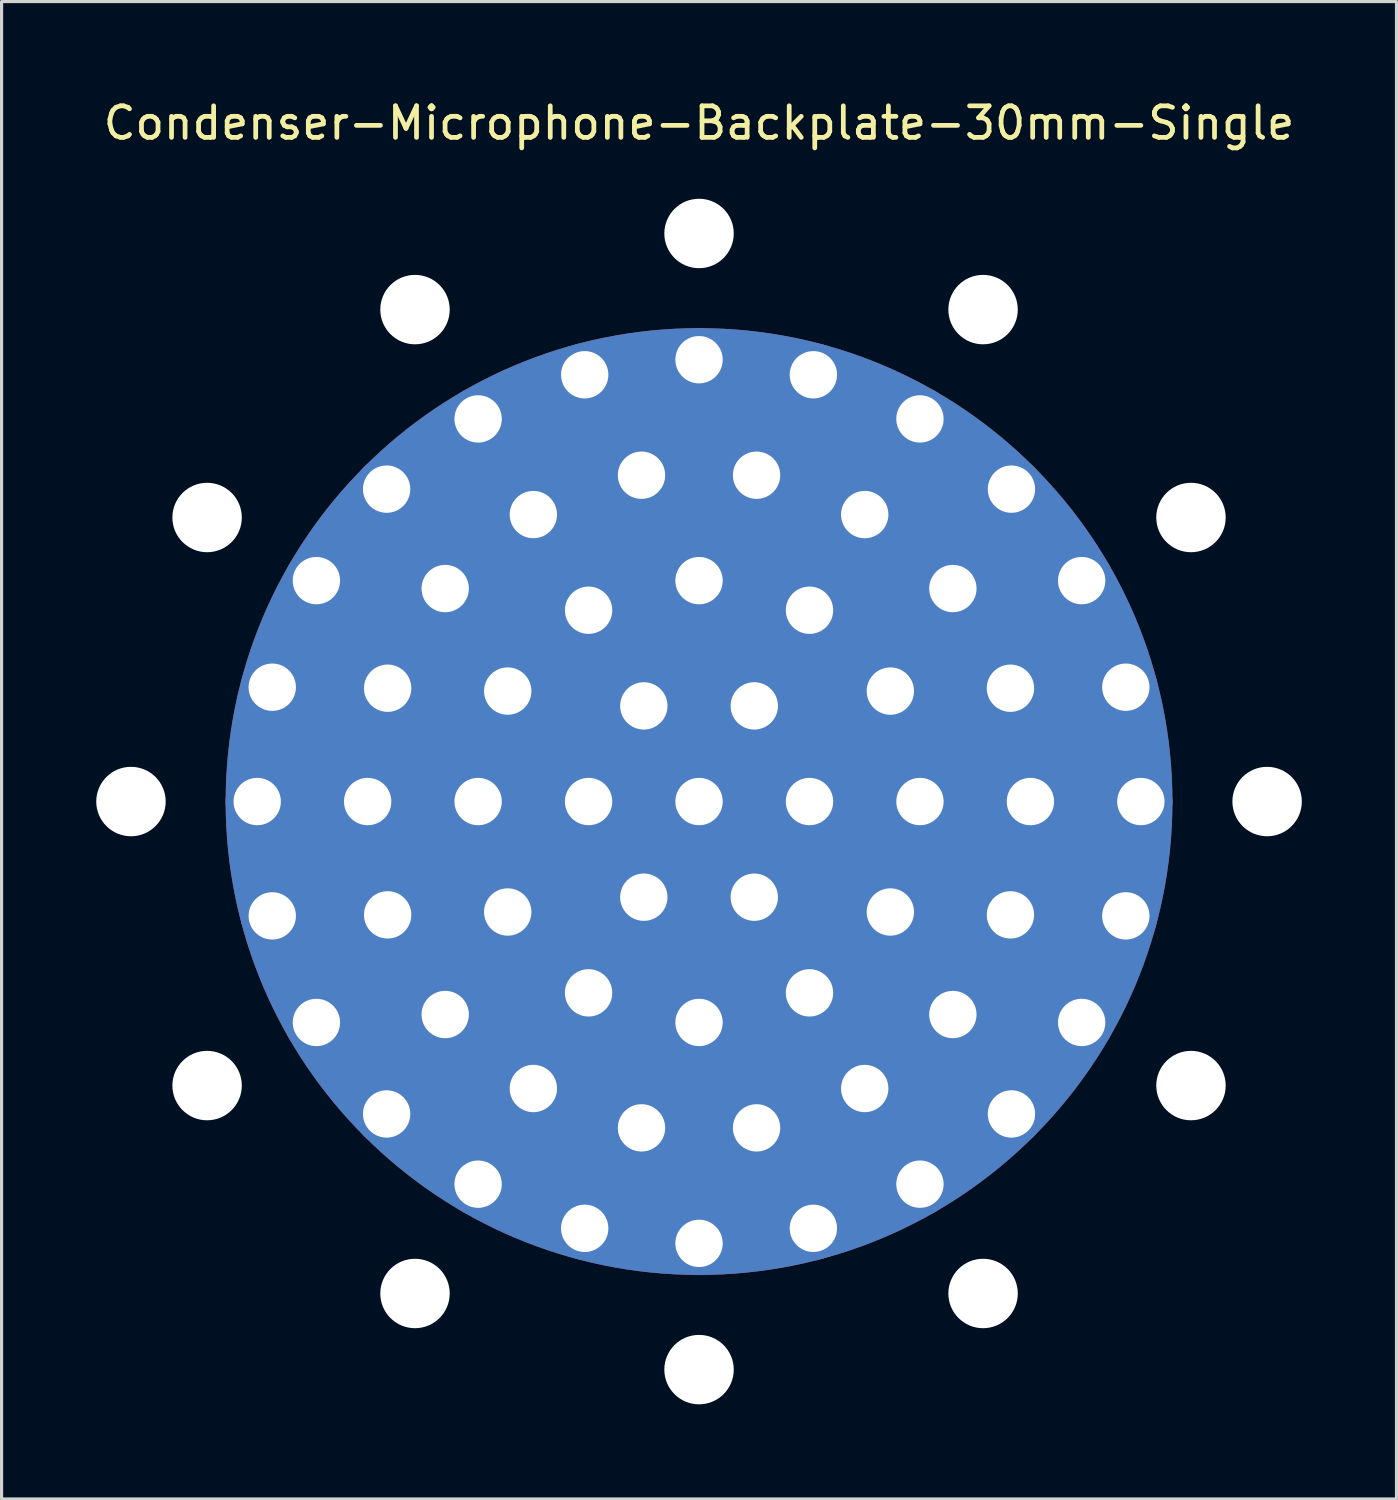
<source format=kicad_pcb>
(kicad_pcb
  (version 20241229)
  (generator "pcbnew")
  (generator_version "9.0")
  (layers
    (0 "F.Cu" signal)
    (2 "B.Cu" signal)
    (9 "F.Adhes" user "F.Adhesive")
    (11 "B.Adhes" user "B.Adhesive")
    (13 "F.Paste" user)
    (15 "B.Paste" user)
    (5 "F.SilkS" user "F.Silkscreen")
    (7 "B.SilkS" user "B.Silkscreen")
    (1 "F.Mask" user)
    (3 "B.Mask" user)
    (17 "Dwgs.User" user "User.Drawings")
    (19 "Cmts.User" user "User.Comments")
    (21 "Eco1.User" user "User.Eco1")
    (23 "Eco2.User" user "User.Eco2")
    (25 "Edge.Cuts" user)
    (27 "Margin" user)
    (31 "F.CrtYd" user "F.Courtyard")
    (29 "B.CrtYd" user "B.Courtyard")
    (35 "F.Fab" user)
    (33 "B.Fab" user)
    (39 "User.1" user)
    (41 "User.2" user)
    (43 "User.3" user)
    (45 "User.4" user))
  (footprint "Condenser-Microphone-Backplate-30mm-Single"
    (layer "F.Cu")
    (at 19.1 22.348)
    (property "Reference" "Condenser-Microphone-Backplate-30mm-Single" (at 0 -21.5 0) (layer "F.SilkS") (effects (font (size 1 1) (thickness 0.15))))
    (attr through_hole)
    (pad "" np_thru_hole circle (at -18 0 180) (size 2.2 2.2) (drill 2.2) (layers "*.Cu" "*.Mask"))
    (pad "" np_thru_hole circle (at -15.588 -9 150) (size 2.2 2.2) (drill 2.2) (layers "*.Cu" "*.Mask"))
    (pad "" np_thru_hole circle (at -15.588 9 210) (size 2.2 2.2) (drill 2.2) (layers "*.Cu" "*.Mask"))
    (pad "" np_thru_hole circle (at -9 -15.588 120) (size 2.2 2.2) (drill 2.2) (layers "*.Cu" "*.Mask"))
    (pad "" np_thru_hole circle (at -9 15.588 240) (size 2.2 2.2) (drill 2.2) (layers "*.Cu" "*.Mask"))
    (pad "" np_thru_hole circle (at 0 -18 90) (size 2.2 2.2) (drill 2.2) (layers "*.Cu" "*.Mask"))
    (pad "" np_thru_hole circle (at 0 18 270) (size 2.2 2.2) (drill 2.2) (layers "*.Cu" "*.Mask"))
    (pad "" np_thru_hole circle (at 9 -15.588 60) (size 2.2 2.2) (drill 2.2) (layers "*.Cu" "*.Mask"))
    (pad "" np_thru_hole circle (at 9 15.588 300) (size 2.2 2.2) (drill 2.2) (layers "*.Cu" "*.Mask"))
    (pad "" np_thru_hole circle (at 15.588 -9 30) (size 2.2 2.2) (drill 2.2) (layers "*.Cu" "*.Mask"))
    (pad "" np_thru_hole circle (at 15.588 9 330) (size 2.2 2.2) (drill 2.2) (layers "*.Cu" "*.Mask"))
    (pad "" np_thru_hole circle (at 18 0) (size 2.2 2.2) (drill 2.2) (layers "*.Cu" "*.Mask"))
    (pad "1" thru_hole circle (at -14 0 180) (size 2 2) (drill 1.5) (layers "*.Cu" "*.Mask"))
    (pad "1" thru_hole circle (at -13.523 -3.623 165) (size 2 2) (drill 1.5) (layers "*.Cu" "*.Mask"))
    (pad "1" thru_hole circle (at -13.523 3.623 195) (size 2 2) (drill 1.5) (layers "*.Cu" "*.Mask"))
    (pad "1" thru_hole circle (at -12.124 -7 150) (size 2 2) (drill 1.5) (layers "*.Cu" "*.Mask"))
    (pad "1" thru_hole circle (at -12.124 7 210) (size 2 2) (drill 1.5) (layers "*.Cu" "*.Mask"))
    (pad "1" thru_hole circle (at -10.5 0 180) (size 2 2) (drill 1.5) (layers "*.Cu" "*.Mask"))
    (pad "1" thru_hole circle (at -9.899 -9.899 135) (size 2 2) (drill 1.5) (layers "*.Cu" "*.Mask"))
    (pad "1" thru_hole circle (at -9.899 9.899 225) (size 2 2) (drill 1.5) (layers "*.Cu" "*.Mask"))
    (pad "1" thru_hole circle (at -9.867 -3.591 160) (size 2 2) (drill 1.5) (layers "*.Cu" "*.Mask"))
    (pad "1" thru_hole circle (at -9.867 3.591 200) (size 2 2) (drill 1.5) (layers "*.Cu" "*.Mask"))
    (pad "1" thru_hole circle (at -8.043 -6.749 140) (size 2 2) (drill 1.5) (layers "*.Cu" "*.Mask"))
    (pad "1" thru_hole circle (at -8.043 6.749 220) (size 2 2) (drill 1.5) (layers "*.Cu" "*.Mask"))
    (pad "1" thru_hole circle (at -7 -12.124 120) (size 2 2) (drill 1.5) (layers "*.Cu" "*.Mask"))
    (pad "1" thru_hole circle (at -7 0 180) (size 2 2) (drill 1.5) (layers "*.Cu" "*.Mask"))
    (pad "1" thru_hole circle (at -7 12.124 240) (size 2 2) (drill 1.5) (layers "*.Cu" "*.Mask"))
    (pad "1" thru_hole circle (at -6.062 -3.5 150) (size 2 2) (drill 1.5) (layers "*.Cu" "*.Mask"))
    (pad "1" thru_hole circle (at -6.062 3.5 210) (size 2 2) (drill 1.5) (layers "*.Cu" "*.Mask"))
    (pad "1" thru_hole circle (at -5.25 -9.093 120) (size 2 2) (drill 1.5) (layers "*.Cu" "*.Mask"))
    (pad "1" thru_hole circle (at -5.25 9.093 240) (size 2 2) (drill 1.5) (layers "*.Cu" "*.Mask"))
    (pad "1" thru_hole circle (at -3.623 -13.523 105) (size 2 2) (drill 1.5) (layers "*.Cu" "*.Mask"))
    (pad "1" thru_hole circle (at -3.623 13.523 255) (size 2 2) (drill 1.5) (layers "*.Cu" "*.Mask"))
    (pad "1" thru_hole circle (at -3.5 -6.062 120) (size 2 2) (drill 1.5) (layers "*.Cu" "*.Mask"))
    (pad "1" thru_hole circle (at -3.5 0 180) (size 2 2) (drill 1.5) (layers "*.Cu" "*.Mask"))
    (pad "1" thru_hole circle (at -3.5 6.062 240) (size 2 2) (drill 1.5) (layers "*.Cu" "*.Mask"))
    (pad "1" thru_hole circle (at -1.823 -10.34 100) (size 2 2) (drill 1.5) (layers "*.Cu" "*.Mask"))
    (pad "1" thru_hole circle (at -1.823 10.34 260) (size 2 2) (drill 1.5) (layers "*.Cu" "*.Mask"))
    (pad "1" thru_hole circle (at -1.75 -3.031 120) (size 2 2) (drill 1.5) (layers "*.Cu" "*.Mask"))
    (pad "1" thru_hole circle (at -1.75 3.031 240) (size 2 2) (drill 1.5) (layers "*.Cu" "*.Mask"))
    (pad "1" thru_hole circle (at 0 -14 90) (size 2 2) (drill 1.5) (layers "*.Cu" "*.Mask"))
    (pad "1" thru_hole circle (at 0 -7 90) (size 2 2) (drill 1.5) (layers "*.Cu" "*.Mask"))
    (pad "1" thru_hole circle (at 0 0 120) (size 30 30) (drill 1.5) (layers "*.Cu" "*.Mask"))
    (pad "1" thru_hole circle (at 0 7 270) (size 2 2) (drill 1.5) (layers "*.Cu" "*.Mask"))
    (pad "1" thru_hole circle (at 0 14 270) (size 2 2) (drill 1.5) (layers "*.Cu" "*.Mask"))
    (pad "1" thru_hole circle (at 1.75 -3.031 60) (size 2 2) (drill 1.5) (layers "*.Cu" "*.Mask"))
    (pad "1" thru_hole circle (at 1.75 3.031 300) (size 2 2) (drill 1.5) (layers "*.Cu" "*.Mask"))
    (pad "1" thru_hole circle (at 1.823 -10.34 80) (size 2 2) (drill 1.5) (layers "*.Cu" "*.Mask"))
    (pad "1" thru_hole circle (at 1.823 10.34 280) (size 2 2) (drill 1.5) (layers "*.Cu" "*.Mask"))
    (pad "1" thru_hole circle (at 3.5 -6.062 60) (size 2 2) (drill 1.5) (layers "*.Cu" "*.Mask"))
    (pad "1" thru_hole circle (at 3.5 0) (size 2 2) (drill 1.5) (layers "*.Cu" "*.Mask"))
    (pad "1" thru_hole circle (at 3.5 6.062 300) (size 2 2) (drill 1.5) (layers "*.Cu" "*.Mask"))
    (pad "1" thru_hole circle (at 3.623 -13.523 75) (size 2 2) (drill 1.5) (layers "*.Cu" "*.Mask"))
    (pad "1" thru_hole circle (at 3.623 13.523 285) (size 2 2) (drill 1.5) (layers "*.Cu" "*.Mask"))
    (pad "1" thru_hole circle (at 5.25 -9.093 60) (size 2 2) (drill 1.5) (layers "*.Cu" "*.Mask"))
    (pad "1" thru_hole circle (at 5.25 9.093 300) (size 2 2) (drill 1.5) (layers "*.Cu" "*.Mask"))
    (pad "1" thru_hole circle (at 6.062 -3.5 30) (size 2 2) (drill 1.5) (layers "*.Cu" "*.Mask"))
    (pad "1" thru_hole circle (at 6.062 3.5 330) (size 2 2) (drill 1.5) (layers "*.Cu" "*.Mask"))
    (pad "1" thru_hole circle (at 7 -12.124 60) (size 2 2) (drill 1.5) (layers "*.Cu" "*.Mask"))
    (pad "1" thru_hole circle (at 7 0) (size 2 2) (drill 1.5) (layers "*.Cu" "*.Mask"))
    (pad "1" thru_hole circle (at 7 12.124 300) (size 2 2) (drill 1.5) (layers "*.Cu" "*.Mask"))
    (pad "1" thru_hole circle (at 8.043 -6.749 40) (size 2 2) (drill 1.5) (layers "*.Cu" "*.Mask"))
    (pad "1" thru_hole circle (at 8.043 6.749 320) (size 2 2) (drill 1.5) (layers "*.Cu" "*.Mask"))
    (pad "1" thru_hole circle (at 9.867 -3.591 20) (size 2 2) (drill 1.5) (layers "*.Cu" "*.Mask"))
    (pad "1" thru_hole circle (at 9.867 3.591 340) (size 2 2) (drill 1.5) (layers "*.Cu" "*.Mask"))
    (pad "1" thru_hole circle (at 9.899 -9.899 45) (size 2 2) (drill 1.5) (layers "*.Cu" "*.Mask"))
    (pad "1" thru_hole circle (at 9.899 9.899 315) (size 2 2) (drill 1.5) (layers "*.Cu" "*.Mask"))
    (pad "1" thru_hole circle (at 10.5 0) (size 2 2) (drill 1.5) (layers "*.Cu" "*.Mask"))
    (pad "1" thru_hole circle (at 12.124 -7 30) (size 2 2) (drill 1.5) (layers "*.Cu" "*.Mask"))
    (pad "1" thru_hole circle (at 12.124 7 330) (size 2 2) (drill 1.5) (layers "*.Cu" "*.Mask"))
    (pad "1" thru_hole circle (at 13.523 -3.623 15) (size 2 2) (drill 1.5) (layers "*.Cu" "*.Mask"))
    (pad "1" thru_hole circle (at 13.523 3.623 345) (size 2 2) (drill 1.5) (layers "*.Cu" "*.Mask"))
    (pad "1" thru_hole circle (at 14 0) (size 2 2) (drill 1.5) (layers "*.Cu" "*.Mask")))
  (gr_rect
    (start -3 -3)
    (end 41.2 44.448)
    (stroke (width 0.1) (type default))
    (fill no)
    (layer "Edge.Cuts")))
</source>
